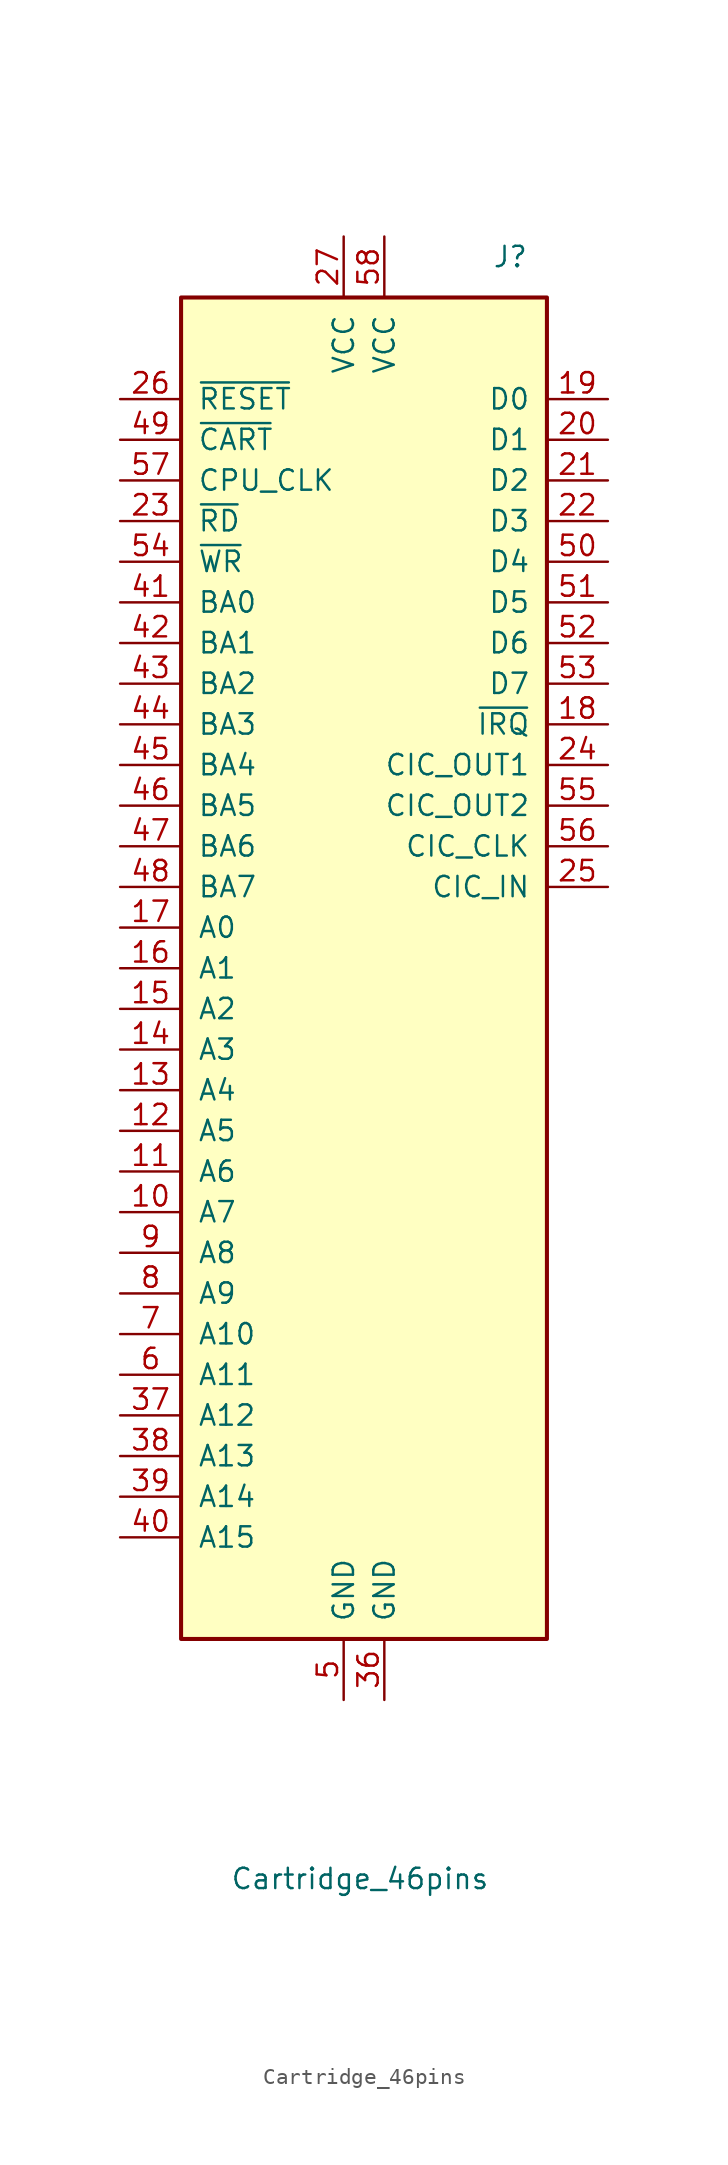
<source format=kicad_sym>
(kicad_symbol_lib
  (version 20231120)
  (generator "kicad_symbol_editor")
  (generator_version "8.0")
  (symbol "Cartridge_46pins"
    (pin_names
      (offset 1.016))
    (property "Reference" "J"
      (at 9.144 44.45 0)
      (effects (font (size 1.27 1.27))))
    (property "Value" "Cartridge_46pins"
      (at -0.254 -56.896 0)
      (effects (font (size 1.27 1.27))))
    (symbol "Cartridge_46pins_1_1"
      (rectangle (start -11.43 41.91) (end 11.43 -41.91) (stroke (width 0.254) (type default)) (fill (type background)))
      (pin no_connect line (at 15.24 -35.56 180) (length 3.81) hide (name "CLK_21_477MHz" (effects (font (size 1.27 1.27)))) (number "1" (effects (font (size 1.27 1.27)))))
      (pin passive line (at -15.24 -15.24 0) (length 3.81) (name "A7" (effects (font (size 1.27 1.27)))) (number "10" (effects (font (size 1.27 1.27)))))
      (pin passive line (at -15.24 -12.7 0) (length 3.81) (name "A6" (effects (font (size 1.27 1.27)))) (number "11" (effects (font (size 1.27 1.27)))))
      (pin passive line (at -15.24 -10.16 0) (length 3.81) (name "A5" (effects (font (size 1.27 1.27)))) (number "12" (effects (font (size 1.27 1.27)))))
      (pin passive line (at -15.24 -7.62 0) (length 3.81) (name "A4" (effects (font (size 1.27 1.27)))) (number "13" (effects (font (size 1.27 1.27)))))
      (pin passive line (at -15.24 -5.08 0) (length 3.81) (name "A3" (effects (font (size 1.27 1.27)))) (number "14" (effects (font (size 1.27 1.27)))))
      (pin passive line (at -15.24 -2.54 0) (length 3.81) (name "A2" (effects (font (size 1.27 1.27)))) (number "15" (effects (font (size 1.27 1.27)))))
      (pin passive line (at -15.24 0 0) (length 3.81) (name "A1" (effects (font (size 1.27 1.27)))) (number "16" (effects (font (size 1.27 1.27)))))
      (pin passive line (at -15.24 2.54 0) (length 3.81) (name "A0" (effects (font (size 1.27 1.27)))) (number "17" (effects (font (size 1.27 1.27)))))
      (pin passive line (at 15.24 15.24 180) (length 3.81) (name "~{IRQ}" (effects (font (size 1.27 1.27)))) (number "18" (effects (font (size 1.27 1.27)))))
      (pin passive line (at 15.24 35.56 180) (length 3.81) (name "D0" (effects (font (size 1.27 1.27)))) (number "19" (effects (font (size 1.27 1.27)))))
      (pin no_connect line (at 15.24 0 180) (length 3.81) hide (name "EXPAND" (effects (font (size 1.27 1.27)))) (number "2" (effects (font (size 1.27 1.27)))))
      (pin passive line (at 15.24 33.02 180) (length 3.81) (name "D1" (effects (font (size 1.27 1.27)))) (number "20" (effects (font (size 1.27 1.27)))))
      (pin passive line (at 15.24 30.48 180) (length 3.81) (name "D2" (effects (font (size 1.27 1.27)))) (number "21" (effects (font (size 1.27 1.27)))))
      (pin passive line (at 15.24 27.94 180) (length 3.81) (name "D3" (effects (font (size 1.27 1.27)))) (number "22" (effects (font (size 1.27 1.27)))))
      (pin passive line (at -15.24 27.94 0) (length 3.81) (name "~{RD}" (effects (font (size 1.27 1.27)))) (number "23" (effects (font (size 1.27 1.27)))))
      (pin passive line (at 15.24 12.7 180) (length 3.81) (name "CIC_OUT1" (effects (font (size 1.27 1.27)))) (number "24" (effects (font (size 1.27 1.27)))))
      (pin passive line (at 15.24 5.08 180) (length 3.81) (name "CIC_IN" (effects (font (size 1.27 1.27)))) (number "25" (effects (font (size 1.27 1.27)))))
      (pin passive line (at -15.24 35.56 0) (length 3.81) (name "~{RESET}" (effects (font (size 1.27 1.27)))) (number "26" (effects (font (size 1.27 1.27)))))
      (pin power_in line (at -1.27 45.72 270) (length 3.81) (name "VCC" (effects (font (size 1.27 1.27)))) (number "27" (effects (font (size 1.27 1.27)))))
      (pin no_connect line (at 15.24 -10.16 180) (length 3.81) hide (name "PA0" (effects (font (size 1.27 1.27)))) (number "28" (effects (font (size 1.27 1.27)))))
      (pin no_connect line (at 15.24 -15.24 180) (length 3.81) hide (name "PA2" (effects (font (size 1.27 1.27)))) (number "29" (effects (font (size 1.27 1.27)))))
      (pin no_connect line (at 15.24 -25.4 180) (length 3.81) hide (name "PA6" (effects (font (size 1.27 1.27)))) (number "3" (effects (font (size 1.27 1.27)))))
      (pin no_connect line (at 15.24 -20.32 180) (length 3.81) hide (name "PA4" (effects (font (size 1.27 1.27)))) (number "30" (effects (font (size 1.27 1.27)))))
      (pin no_connect line (at 15.24 -30.48 180) (length 3.81) hide (name "AUDIO_IN_L" (effects (font (size 1.27 1.27)))) (number "31" (effects (font (size 1.27 1.27)))))
      (pin no_connect line (at 15.24 -2.54 180) (length 3.81) hide (name "~{WRAM}" (effects (font (size 1.27 1.27)))) (number "32" (effects (font (size 1.27 1.27)))))
      (pin no_connect line (at 15.24 2.54 180) (length 3.81) hide (name "REFRESH" (effects (font (size 1.27 1.27)))) (number "33" (effects (font (size 1.27 1.27)))))
      (pin no_connect line (at 15.24 -27.94 180) (length 3.81) hide (name "PA7" (effects (font (size 1.27 1.27)))) (number "34" (effects (font (size 1.27 1.27)))))
      (pin no_connect line (at 15.24 -7.62 180) (length 3.81) hide (name "~{PAWR}" (effects (font (size 1.27 1.27)))) (number "35" (effects (font (size 1.27 1.27)))))
      (pin power_in line (at 1.27 -45.72 90) (length 3.81) (name "GND" (effects (font (size 1.27 1.27)))) (number "36" (effects (font (size 1.27 1.27)))))
      (pin passive line (at -15.24 -27.94 0) (length 3.81) (name "A12" (effects (font (size 1.27 1.27)))) (number "37" (effects (font (size 1.27 1.27)))))
      (pin passive line (at -15.24 -30.48 0) (length 3.81) (name "A13" (effects (font (size 1.27 1.27)))) (number "38" (effects (font (size 1.27 1.27)))))
      (pin passive line (at -15.24 -33.02 0) (length 3.81) (name "A14" (effects (font (size 1.27 1.27)))) (number "39" (effects (font (size 1.27 1.27)))))
      (pin no_connect line (at 15.24 -5.08 180) (length 3.81) hide (name "~{PARD}" (effects (font (size 1.27 1.27)))) (number "4" (effects (font (size 1.27 1.27)))))
      (pin passive line (at -15.24 -35.56 0) (length 3.81) (name "A15" (effects (font (size 1.27 1.27)))) (number "40" (effects (font (size 1.27 1.27)))))
      (pin passive line (at -15.24 22.86 0) (length 3.81) (name "BA0" (effects (font (size 1.27 1.27)))) (number "41" (effects (font (size 1.27 1.27)))))
      (pin passive line (at -15.24 20.32 0) (length 3.81) (name "BA1" (effects (font (size 1.27 1.27)))) (number "42" (effects (font (size 1.27 1.27)))))
      (pin passive line (at -15.24 17.78 0) (length 3.81) (name "BA2" (effects (font (size 1.27 1.27)))) (number "43" (effects (font (size 1.27 1.27)))))
      (pin passive line (at -15.24 15.24 0) (length 3.81) (name "BA3" (effects (font (size 1.27 1.27)))) (number "44" (effects (font (size 1.27 1.27)))))
      (pin passive line (at -15.24 12.7 0) (length 3.81) (name "BA4" (effects (font (size 1.27 1.27)))) (number "45" (effects (font (size 1.27 1.27)))))
      (pin passive line (at -15.24 10.16 0) (length 3.81) (name "BA5" (effects (font (size 1.27 1.27)))) (number "46" (effects (font (size 1.27 1.27)))))
      (pin passive line (at -15.24 7.62 0) (length 3.81) (name "BA6" (effects (font (size 1.27 1.27)))) (number "47" (effects (font (size 1.27 1.27)))))
      (pin passive line (at -15.24 5.08 0) (length 3.81) (name "BA7" (effects (font (size 1.27 1.27)))) (number "48" (effects (font (size 1.27 1.27)))))
      (pin passive line (at -15.24 33.02 0) (length 3.81) (name "~{CART}" (effects (font (size 1.27 1.27)))) (number "49" (effects (font (size 1.27 1.27)))))
      (pin power_in line (at -1.27 -45.72 90) (length 3.81) (name "GND" (effects (font (size 1.27 1.27)))) (number "5" (effects (font (size 1.27 1.27)))))
      (pin passive line (at 15.24 25.4 180) (length 3.81) (name "D4" (effects (font (size 1.27 1.27)))) (number "50" (effects (font (size 1.27 1.27)))))
      (pin passive line (at 15.24 22.86 180) (length 3.81) (name "D5" (effects (font (size 1.27 1.27)))) (number "51" (effects (font (size 1.27 1.27)))))
      (pin passive line (at 15.24 20.32 180) (length 3.81) (name "D6" (effects (font (size 1.27 1.27)))) (number "52" (effects (font (size 1.27 1.27)))))
      (pin passive line (at 15.24 17.78 180) (length 3.81) (name "D7" (effects (font (size 1.27 1.27)))) (number "53" (effects (font (size 1.27 1.27)))))
      (pin passive line (at -15.24 25.4 0) (length 3.81) (name "~{WR}" (effects (font (size 1.27 1.27)))) (number "54" (effects (font (size 1.27 1.27)))))
      (pin passive line (at 15.24 10.16 180) (length 3.81) (name "CIC_OUT2" (effects (font (size 1.27 1.27)))) (number "55" (effects (font (size 1.27 1.27)))))
      (pin passive line (at 15.24 7.62 180) (length 3.81) (name "CIC_CLK" (effects (font (size 1.27 1.27)))) (number "56" (effects (font (size 1.27 1.27)))))
      (pin passive line (at -15.24 30.48 0) (length 3.81) (name "CPU_CLK" (effects (font (size 1.27 1.27)))) (number "57" (effects (font (size 1.27 1.27)))))
      (pin power_in line (at 1.27 45.72 270) (length 3.81) (name "VCC" (effects (font (size 1.27 1.27)))) (number "58" (effects (font (size 1.27 1.27)))))
      (pin no_connect line (at 15.24 -12.7 180) (length 3.81) hide (name "PA1" (effects (font (size 1.27 1.27)))) (number "59" (effects (font (size 1.27 1.27)))))
      (pin passive line (at -15.24 -25.4 0) (length 3.81) (name "A11" (effects (font (size 1.27 1.27)))) (number "6" (effects (font (size 1.27 1.27)))))
      (pin no_connect line (at 15.24 -17.78 180) (length 3.81) hide (name "PA3" (effects (font (size 1.27 1.27)))) (number "60" (effects (font (size 1.27 1.27)))))
      (pin no_connect line (at 15.24 -22.86 180) (length 3.81) hide (name "PA5" (effects (font (size 1.27 1.27)))) (number "61" (effects (font (size 1.27 1.27)))))
      (pin no_connect line (at 15.24 -33.02 180) (length 3.81) hide (name "AUDIO_IN_R" (effects (font (size 1.27 1.27)))) (number "62" (effects (font (size 1.27 1.27)))))
      (pin passive line (at -15.24 -22.86 0) (length 3.81) (name "A10" (effects (font (size 1.27 1.27)))) (number "7" (effects (font (size 1.27 1.27)))))
      (pin passive line (at -15.24 -20.32 0) (length 3.81) (name "A9" (effects (font (size 1.27 1.27)))) (number "8" (effects (font (size 1.27 1.27)))))
      (pin passive line (at -15.24 -17.78 0) (length 3.81) (name "A8" (effects (font (size 1.27 1.27)))) (number "9" (effects (font (size 1.27 1.27))))))))
</source>
